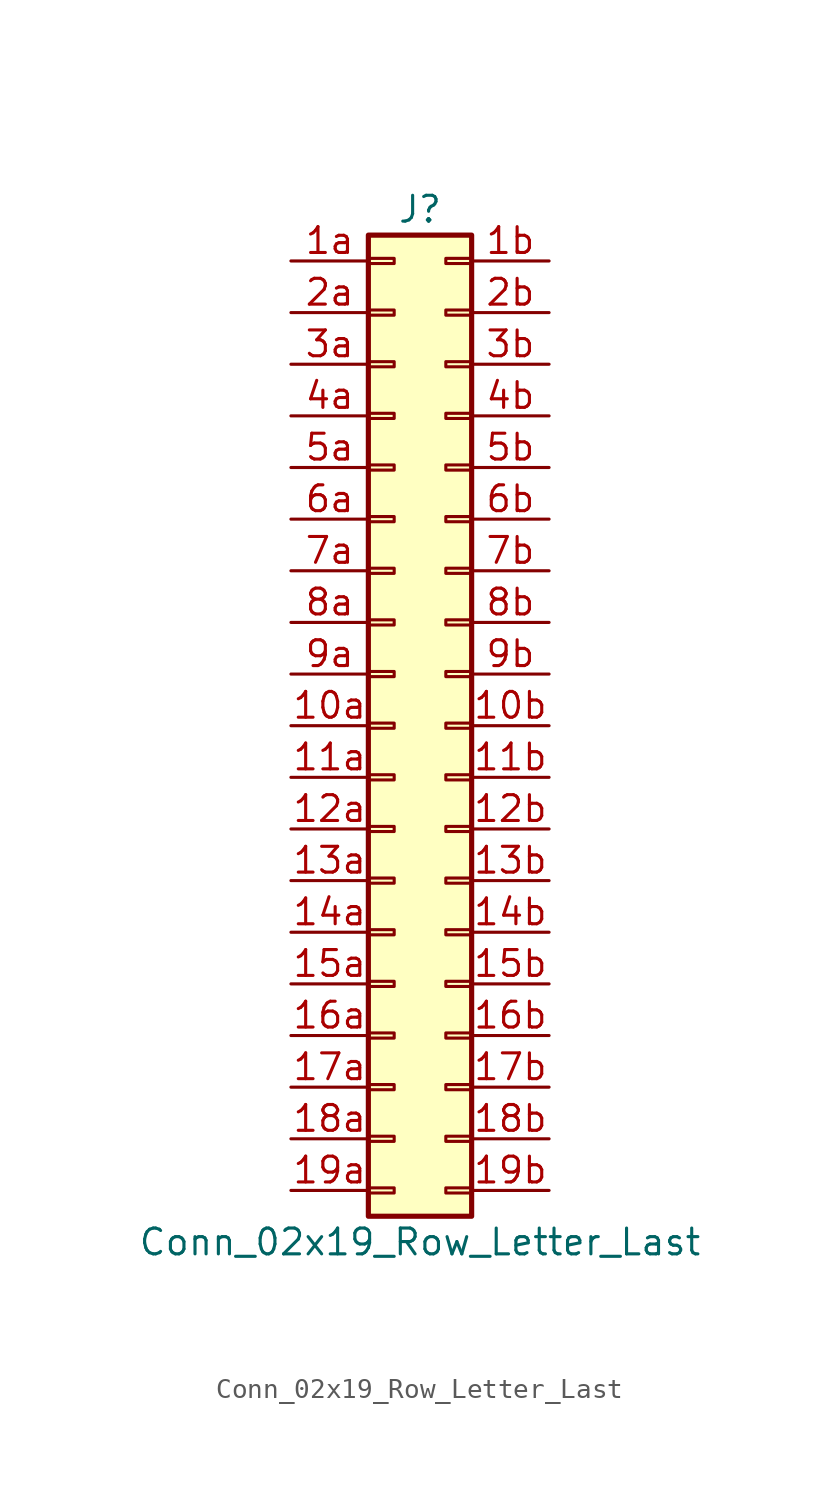
<source format=kicad_sym>
(kicad_symbol_lib
  (version 20220914)
  (generator kicad_symbol_editor)
  (symbol "Conn_02x19_Row_Letter_Last"
    (pin_names
      (offset 1.016) hide)
    (property "Reference" "J"
      (at 1.27 25.4 0)
      (effects (font (size 1.27 1.27))))
    (property "Value" "Conn_02x19_Row_Letter_Last"
      (at 1.27 -25.4 0)
      (effects (font (size 1.27 1.27))))
    (symbol "Conn_02x19_Row_Letter_Last_1_1"
      (rectangle (start -1.27 -22.733) (end 0 -22.987) (stroke (width 0.152) (type solid)) (fill (type none)))
      (rectangle (start -1.27 -20.193) (end 0 -20.447) (stroke (width 0.152) (type solid)) (fill (type none)))
      (rectangle (start -1.27 -17.653) (end 0 -17.907) (stroke (width 0.152) (type solid)) (fill (type none)))
      (rectangle (start -1.27 -15.113) (end 0 -15.367) (stroke (width 0.152) (type solid)) (fill (type none)))
      (rectangle (start -1.27 -12.573) (end 0 -12.827) (stroke (width 0.152) (type solid)) (fill (type none)))
      (rectangle (start -1.27 -10.033) (end 0 -10.287) (stroke (width 0.152) (type solid)) (fill (type none)))
      (rectangle (start -1.27 -7.493) (end 0 -7.747) (stroke (width 0.152) (type solid)) (fill (type none)))
      (rectangle (start -1.27 -4.953) (end 0 -5.207) (stroke (width 0.152) (type solid)) (fill (type none)))
      (rectangle (start -1.27 -2.413) (end 0 -2.667) (stroke (width 0.152) (type solid)) (fill (type none)))
      (rectangle (start -1.27 0.127) (end 0 -0.127) (stroke (width 0.152) (type solid)) (fill (type none)))
      (rectangle (start -1.27 2.667) (end 0 2.413) (stroke (width 0.152) (type solid)) (fill (type none)))
      (rectangle (start -1.27 5.207) (end 0 4.953) (stroke (width 0.152) (type solid)) (fill (type none)))
      (rectangle (start -1.27 7.747) (end 0 7.493) (stroke (width 0.152) (type solid)) (fill (type none)))
      (rectangle (start -1.27 10.287) (end 0 10.033) (stroke (width 0.152) (type solid)) (fill (type none)))
      (rectangle (start -1.27 12.827) (end 0 12.573) (stroke (width 0.152) (type solid)) (fill (type none)))
      (rectangle (start -1.27 15.367) (end 0 15.113) (stroke (width 0.152) (type solid)) (fill (type none)))
      (rectangle (start -1.27 17.907) (end 0 17.653) (stroke (width 0.152) (type solid)) (fill (type none)))
      (rectangle (start -1.27 20.447) (end 0 20.193) (stroke (width 0.152) (type solid)) (fill (type none)))
      (rectangle (start -1.27 22.987) (end 0 22.733) (stroke (width 0.152) (type solid)) (fill (type none)))
      (rectangle (start -1.27 24.13) (end 3.81 -24.13) (stroke (width 0.254) (type solid)) (fill (type background)))
      (rectangle (start 3.81 -22.733) (end 2.54 -22.987) (stroke (width 0.152) (type solid)) (fill (type none)))
      (rectangle (start 3.81 -20.193) (end 2.54 -20.447) (stroke (width 0.152) (type solid)) (fill (type none)))
      (rectangle (start 3.81 -17.653) (end 2.54 -17.907) (stroke (width 0.152) (type solid)) (fill (type none)))
      (rectangle (start 3.81 -15.113) (end 2.54 -15.367) (stroke (width 0.152) (type solid)) (fill (type none)))
      (rectangle (start 3.81 -12.573) (end 2.54 -12.827) (stroke (width 0.152) (type solid)) (fill (type none)))
      (rectangle (start 3.81 -10.033) (end 2.54 -10.287) (stroke (width 0.152) (type solid)) (fill (type none)))
      (rectangle (start 3.81 -7.493) (end 2.54 -7.747) (stroke (width 0.152) (type solid)) (fill (type none)))
      (rectangle (start 3.81 -4.953) (end 2.54 -5.207) (stroke (width 0.152) (type solid)) (fill (type none)))
      (rectangle (start 3.81 -2.413) (end 2.54 -2.667) (stroke (width 0.152) (type solid)) (fill (type none)))
      (rectangle (start 3.81 0.127) (end 2.54 -0.127) (stroke (width 0.152) (type solid)) (fill (type none)))
      (rectangle (start 3.81 2.667) (end 2.54 2.413) (stroke (width 0.152) (type solid)) (fill (type none)))
      (rectangle (start 3.81 5.207) (end 2.54 4.953) (stroke (width 0.152) (type solid)) (fill (type none)))
      (rectangle (start 3.81 7.747) (end 2.54 7.493) (stroke (width 0.152) (type solid)) (fill (type none)))
      (rectangle (start 3.81 10.287) (end 2.54 10.033) (stroke (width 0.152) (type solid)) (fill (type none)))
      (rectangle (start 3.81 12.827) (end 2.54 12.573) (stroke (width 0.152) (type solid)) (fill (type none)))
      (rectangle (start 3.81 15.367) (end 2.54 15.113) (stroke (width 0.152) (type solid)) (fill (type none)))
      (rectangle (start 3.81 17.907) (end 2.54 17.653) (stroke (width 0.152) (type solid)) (fill (type none)))
      (rectangle (start 3.81 20.447) (end 2.54 20.193) (stroke (width 0.152) (type solid)) (fill (type none)))
      (rectangle (start 3.81 22.987) (end 2.54 22.733) (stroke (width 0.152) (type solid)) (fill (type none)))
      (pin passive line (at -5.08 0 0) (length 3.81) (name "Pin_10a" (effects (font (size 1.27 1.27)))) (number "10a" (effects (font (size 1.27 1.27)))))
      (pin passive line (at 7.62 0 180) (length 3.81) (name "Pin_10b" (effects (font (size 1.27 1.27)))) (number "10b" (effects (font (size 1.27 1.27)))))
      (pin passive line (at -5.08 -2.54 0) (length 3.81) (name "Pin_11a" (effects (font (size 1.27 1.27)))) (number "11a" (effects (font (size 1.27 1.27)))))
      (pin passive line (at 7.62 -2.54 180) (length 3.81) (name "Pin_11b" (effects (font (size 1.27 1.27)))) (number "11b" (effects (font (size 1.27 1.27)))))
      (pin passive line (at -5.08 -5.08 0) (length 3.81) (name "Pin_12a" (effects (font (size 1.27 1.27)))) (number "12a" (effects (font (size 1.27 1.27)))))
      (pin passive line (at 7.62 -5.08 180) (length 3.81) (name "Pin_12b" (effects (font (size 1.27 1.27)))) (number "12b" (effects (font (size 1.27 1.27)))))
      (pin passive line (at -5.08 -7.62 0) (length 3.81) (name "Pin_13a" (effects (font (size 1.27 1.27)))) (number "13a" (effects (font (size 1.27 1.27)))))
      (pin passive line (at 7.62 -7.62 180) (length 3.81) (name "Pin_13b" (effects (font (size 1.27 1.27)))) (number "13b" (effects (font (size 1.27 1.27)))))
      (pin passive line (at -5.08 -10.16 0) (length 3.81) (name "Pin_14a" (effects (font (size 1.27 1.27)))) (number "14a" (effects (font (size 1.27 1.27)))))
      (pin passive line (at 7.62 -10.16 180) (length 3.81) (name "Pin_14b" (effects (font (size 1.27 1.27)))) (number "14b" (effects (font (size 1.27 1.27)))))
      (pin passive line (at -5.08 -12.7 0) (length 3.81) (name "Pin_15a" (effects (font (size 1.27 1.27)))) (number "15a" (effects (font (size 1.27 1.27)))))
      (pin passive line (at 7.62 -12.7 180) (length 3.81) (name "Pin_15b" (effects (font (size 1.27 1.27)))) (number "15b" (effects (font (size 1.27 1.27)))))
      (pin passive line (at -5.08 -15.24 0) (length 3.81) (name "Pin_16a" (effects (font (size 1.27 1.27)))) (number "16a" (effects (font (size 1.27 1.27)))))
      (pin passive line (at 7.62 -15.24 180) (length 3.81) (name "Pin_16b" (effects (font (size 1.27 1.27)))) (number "16b" (effects (font (size 1.27 1.27)))))
      (pin passive line (at -5.08 -17.78 0) (length 3.81) (name "Pin_17a" (effects (font (size 1.27 1.27)))) (number "17a" (effects (font (size 1.27 1.27)))))
      (pin passive line (at 7.62 -17.78 180) (length 3.81) (name "Pin_17b" (effects (font (size 1.27 1.27)))) (number "17b" (effects (font (size 1.27 1.27)))))
      (pin passive line (at -5.08 -20.32 0) (length 3.81) (name "Pin_18a" (effects (font (size 1.27 1.27)))) (number "18a" (effects (font (size 1.27 1.27)))))
      (pin passive line (at 7.62 -20.32 180) (length 3.81) (name "Pin_18b" (effects (font (size 1.27 1.27)))) (number "18b" (effects (font (size 1.27 1.27)))))
      (pin passive line (at -5.08 -22.86 0) (length 3.81) (name "Pin_19a" (effects (font (size 1.27 1.27)))) (number "19a" (effects (font (size 1.27 1.27)))))
      (pin passive line (at 7.62 -22.86 180) (length 3.81) (name "Pin_19b" (effects (font (size 1.27 1.27)))) (number "19b" (effects (font (size 1.27 1.27)))))
      (pin passive line (at -5.08 22.86 0) (length 3.81) (name "Pin_1a" (effects (font (size 1.27 1.27)))) (number "1a" (effects (font (size 1.27 1.27)))))
      (pin passive line (at 7.62 22.86 180) (length 3.81) (name "Pin_1b" (effects (font (size 1.27 1.27)))) (number "1b" (effects (font (size 1.27 1.27)))))
      (pin passive line (at -5.08 20.32 0) (length 3.81) (name "Pin_2a" (effects (font (size 1.27 1.27)))) (number "2a" (effects (font (size 1.27 1.27)))))
      (pin passive line (at 7.62 20.32 180) (length 3.81) (name "Pin_2b" (effects (font (size 1.27 1.27)))) (number "2b" (effects (font (size 1.27 1.27)))))
      (pin passive line (at -5.08 17.78 0) (length 3.81) (name "Pin_3a" (effects (font (size 1.27 1.27)))) (number "3a" (effects (font (size 1.27 1.27)))))
      (pin passive line (at 7.62 17.78 180) (length 3.81) (name "Pin_3b" (effects (font (size 1.27 1.27)))) (number "3b" (effects (font (size 1.27 1.27)))))
      (pin passive line (at -5.08 15.24 0) (length 3.81) (name "Pin_4a" (effects (font (size 1.27 1.27)))) (number "4a" (effects (font (size 1.27 1.27)))))
      (pin passive line (at 7.62 15.24 180) (length 3.81) (name "Pin_4b" (effects (font (size 1.27 1.27)))) (number "4b" (effects (font (size 1.27 1.27)))))
      (pin passive line (at -5.08 12.7 0) (length 3.81) (name "Pin_5a" (effects (font (size 1.27 1.27)))) (number "5a" (effects (font (size 1.27 1.27)))))
      (pin passive line (at 7.62 12.7 180) (length 3.81) (name "Pin_5b" (effects (font (size 1.27 1.27)))) (number "5b" (effects (font (size 1.27 1.27)))))
      (pin passive line (at -5.08 10.16 0) (length 3.81) (name "Pin_6a" (effects (font (size 1.27 1.27)))) (number "6a" (effects (font (size 1.27 1.27)))))
      (pin passive line (at 7.62 10.16 180) (length 3.81) (name "Pin_6b" (effects (font (size 1.27 1.27)))) (number "6b" (effects (font (size 1.27 1.27)))))
      (pin passive line (at -5.08 7.62 0) (length 3.81) (name "Pin_7a" (effects (font (size 1.27 1.27)))) (number "7a" (effects (font (size 1.27 1.27)))))
      (pin passive line (at 7.62 7.62 180) (length 3.81) (name "Pin_7b" (effects (font (size 1.27 1.27)))) (number "7b" (effects (font (size 1.27 1.27)))))
      (pin passive line (at -5.08 5.08 0) (length 3.81) (name "Pin_8a" (effects (font (size 1.27 1.27)))) (number "8a" (effects (font (size 1.27 1.27)))))
      (pin passive line (at 7.62 5.08 180) (length 3.81) (name "Pin_8b" (effects (font (size 1.27 1.27)))) (number "8b" (effects (font (size 1.27 1.27)))))
      (pin passive line (at -5.08 2.54 0) (length 3.81) (name "Pin_9a" (effects (font (size 1.27 1.27)))) (number "9a" (effects (font (size 1.27 1.27)))))
      (pin passive line (at 7.62 2.54 180) (length 3.81) (name "Pin_9b" (effects (font (size 1.27 1.27)))) (number "9b" (effects (font (size 1.27 1.27))))))))
</source>
